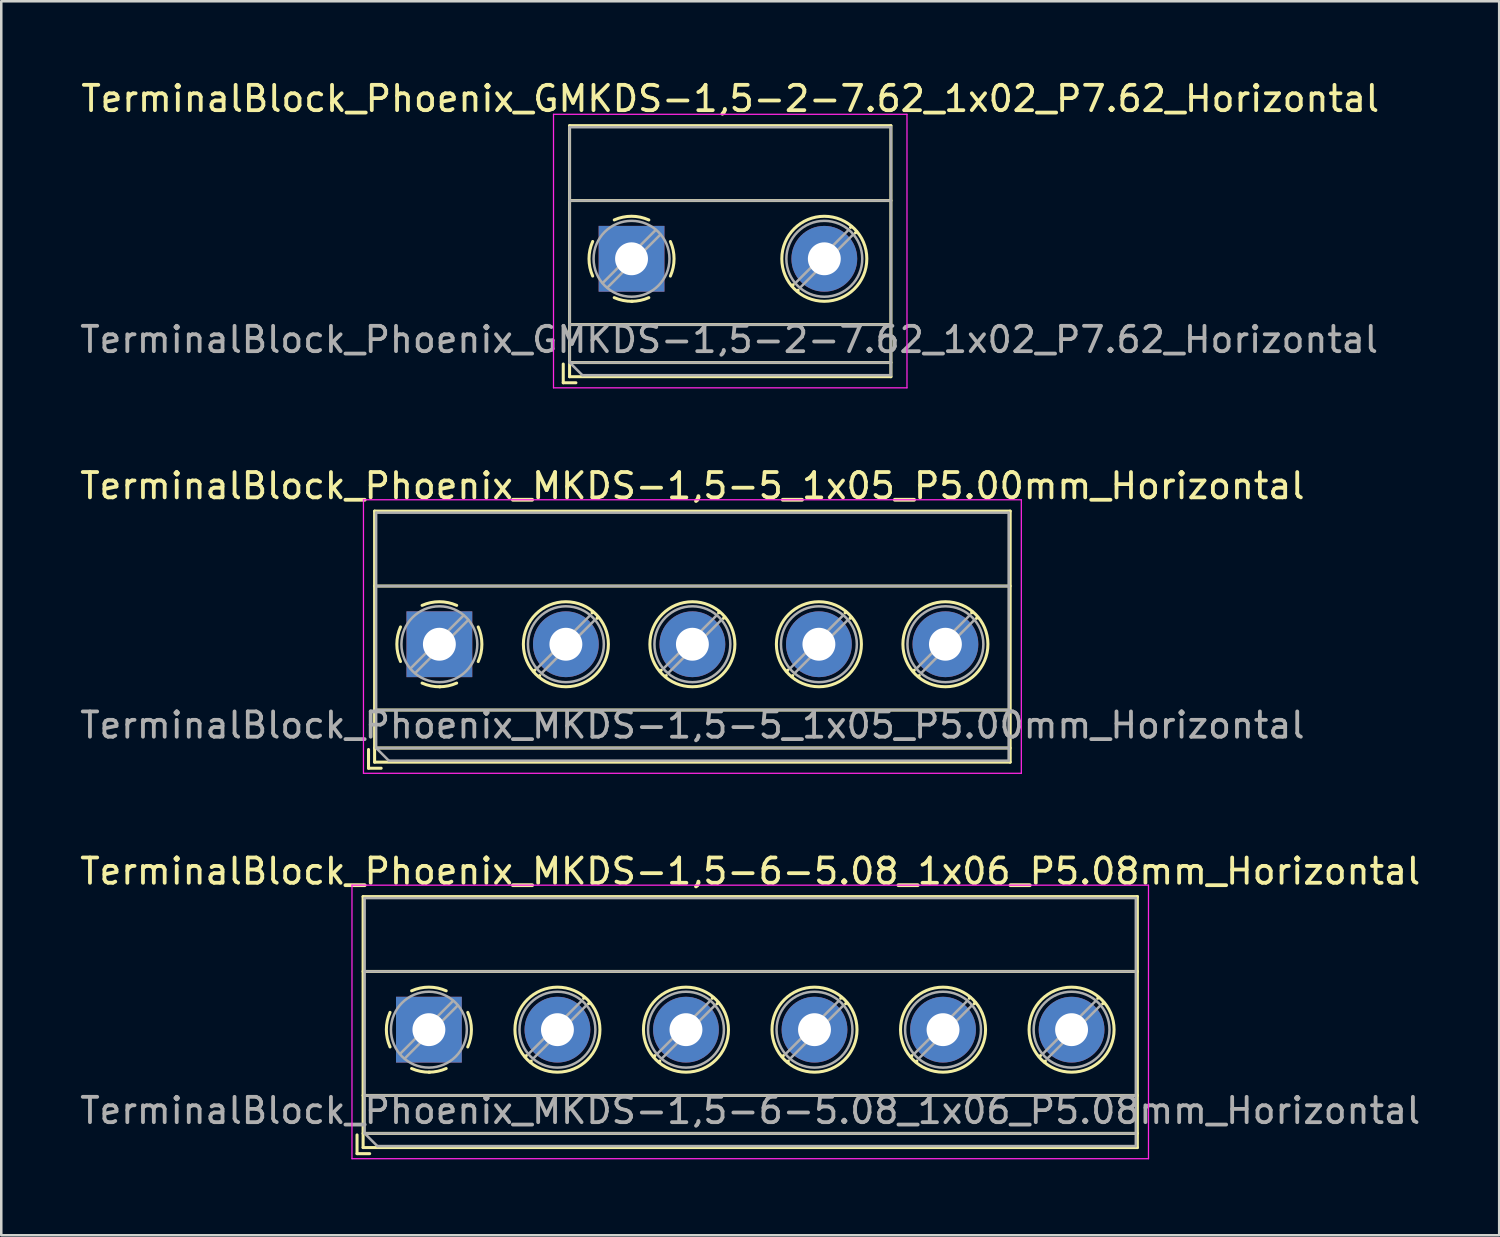
<source format=kicad_pcb>
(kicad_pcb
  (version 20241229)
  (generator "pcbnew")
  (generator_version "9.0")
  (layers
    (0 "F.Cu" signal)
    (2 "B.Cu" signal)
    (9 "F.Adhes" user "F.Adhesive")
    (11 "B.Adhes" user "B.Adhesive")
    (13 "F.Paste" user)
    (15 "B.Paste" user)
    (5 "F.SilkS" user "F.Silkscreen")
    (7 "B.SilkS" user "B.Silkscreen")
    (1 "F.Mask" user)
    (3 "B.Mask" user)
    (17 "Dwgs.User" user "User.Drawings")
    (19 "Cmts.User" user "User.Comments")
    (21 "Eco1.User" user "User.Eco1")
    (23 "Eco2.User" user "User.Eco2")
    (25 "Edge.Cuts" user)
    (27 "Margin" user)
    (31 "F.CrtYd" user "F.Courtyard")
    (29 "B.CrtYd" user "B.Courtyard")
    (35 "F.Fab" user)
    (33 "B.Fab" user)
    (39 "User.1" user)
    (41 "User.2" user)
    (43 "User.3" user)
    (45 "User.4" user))
  (footprint "TerminalBlock_Phoenix_MKDS-1,5-6-5.08_1x06_P5.08mm_Horizontal"
    (layer "F.Cu")
    (at 13.901 37.645)
    (property "Reference" "TerminalBlock_Phoenix_MKDS-1,5-6-5.08_1x06_P5.08mm_Horizontal" (at 12.7 -6.26 0) (layer "F.SilkS") (effects (font (size 1 1) (thickness 0.15))))
    (attr through_hole)
    (fp_line (start -2.84 4.16) (end -2.84 4.9) (stroke (width 0.12) (type solid)) (layer "F.SilkS"))
    (fp_line (start -2.84 4.9) (end -2.34 4.9) (stroke (width 0.12) (type solid)) (layer "F.SilkS"))
    (fp_line (start -2.6 -5.261) (end -2.6 4.66) (stroke (width 0.12) (type solid)) (layer "F.SilkS"))
    (fp_line (start -2.6 -5.261) (end 28 -5.261) (stroke (width 0.12) (type solid)) (layer "F.SilkS"))
    (fp_line (start -2.6 -2.301) (end 28 -2.301) (stroke (width 0.12) (type solid)) (layer "F.SilkS"))
    (fp_line (start -2.6 2.6) (end 28 2.6) (stroke (width 0.12) (type solid)) (layer "F.SilkS"))
    (fp_line (start -2.6 4.1) (end 28 4.1) (stroke (width 0.12) (type solid)) (layer "F.SilkS"))
    (fp_line (start -2.6 4.66) (end 28 4.66) (stroke (width 0.12) (type solid)) (layer "F.SilkS"))
    (fp_line (start 3.853 1.023) (end 3.806 1.069) (stroke (width 0.12) (type solid)) (layer "F.SilkS"))
    (fp_line (start 4.046 1.239) (end 4.011 1.274) (stroke (width 0.12) (type solid)) (layer "F.SilkS"))
    (fp_line (start 6.15 -1.275) (end 6.115 -1.239) (stroke (width 0.12) (type solid)) (layer "F.SilkS"))
    (fp_line (start 6.355 -1.069) (end 6.308 -1.023) (stroke (width 0.12) (type solid)) (layer "F.SilkS"))
    (fp_line (start 8.933 1.023) (end 8.886 1.069) (stroke (width 0.12) (type solid)) (layer "F.SilkS"))
    (fp_line (start 9.126 1.239) (end 9.091 1.274) (stroke (width 0.12) (type solid)) (layer "F.SilkS"))
    (fp_line (start 11.23 -1.275) (end 11.195 -1.239) (stroke (width 0.12) (type solid)) (layer "F.SilkS"))
    (fp_line (start 11.435 -1.069) (end 11.388 -1.023) (stroke (width 0.12) (type solid)) (layer "F.SilkS"))
    (fp_line (start 14.013 1.023) (end 13.966 1.069) (stroke (width 0.12) (type solid)) (layer "F.SilkS"))
    (fp_line (start 14.206 1.239) (end 14.171 1.274) (stroke (width 0.12) (type solid)) (layer "F.SilkS"))
    (fp_line (start 16.31 -1.275) (end 16.275 -1.239) (stroke (width 0.12) (type solid)) (layer "F.SilkS"))
    (fp_line (start 16.515 -1.069) (end 16.468 -1.023) (stroke (width 0.12) (type solid)) (layer "F.SilkS"))
    (fp_line (start 19.093 1.023) (end 19.046 1.069) (stroke (width 0.12) (type solid)) (layer "F.SilkS"))
    (fp_line (start 19.286 1.239) (end 19.251 1.274) (stroke (width 0.12) (type solid)) (layer "F.SilkS"))
    (fp_line (start 21.39 -1.275) (end 21.355 -1.239) (stroke (width 0.12) (type solid)) (layer "F.SilkS"))
    (fp_line (start 21.595 -1.069) (end 21.548 -1.023) (stroke (width 0.12) (type solid)) (layer "F.SilkS"))
    (fp_line (start 24.173 1.023) (end 24.126 1.069) (stroke (width 0.12) (type solid)) (layer "F.SilkS"))
    (fp_line (start 24.366 1.239) (end 24.331 1.274) (stroke (width 0.12) (type solid)) (layer "F.SilkS"))
    (fp_line (start 26.47 -1.275) (end 26.435 -1.239) (stroke (width 0.12) (type solid)) (layer "F.SilkS"))
    (fp_line (start 26.675 -1.069) (end 26.628 -1.023) (stroke (width 0.12) (type solid)) (layer "F.SilkS"))
    (fp_line (start 28 -5.261) (end 28 4.66) (stroke (width 0.12) (type solid)) (layer "F.SilkS"))
    (fp_arc (start -1.535427 0.683042) (mid -1.680501 -0.000524) (end -1.535 -0.684) (stroke (width 0.12) (type solid)) (layer "F.SilkS"))
    (fp_arc (start -0.683042 -1.535427) (mid 0.000524 -1.680501) (end 0.684 -1.535) (stroke (width 0.12) (type solid)) (layer "F.SilkS"))
    (fp_arc (start 0.028805 1.680253) (mid -0.335551 1.646659) (end -0.684 1.535) (stroke (width 0.12) (type solid)) (layer "F.SilkS"))
    (fp_arc (start 0.683318 1.534756) (mid 0.349292 1.643288) (end 0 1.68) (stroke (width 0.12) (type solid)) (layer "F.SilkS"))
    (fp_arc (start 1.535427 -0.683042) (mid 1.680501 0.000524) (end 1.535 0.684) (stroke (width 0.12) (type solid)) (layer "F.SilkS"))
    (fp_circle (center 5.08 0) (end 6.76 0) (stroke (width 0.12) (type solid)) (fill no) (layer "F.SilkS"))
    (fp_circle (center 10.16 0) (end 11.84 0) (stroke (width 0.12) (type solid)) (fill no) (layer "F.SilkS"))
    (fp_circle (center 15.24 0) (end 16.92 0) (stroke (width 0.12) (type solid)) (fill no) (layer "F.SilkS"))
    (fp_circle (center 20.32 0) (end 22 0) (stroke (width 0.12) (type solid)) (fill no) (layer "F.SilkS"))
    (fp_circle (center 25.4 0) (end 27.08 0) (stroke (width 0.12) (type solid)) (fill no) (layer "F.SilkS"))
    (fp_line (start -3.04 -5.71) (end -3.04 5.1) (stroke (width 0.05) (type solid)) (layer "F.CrtYd"))
    (fp_line (start -3.04 5.1) (end 28.44 5.1) (stroke (width 0.05) (type solid)) (layer "F.CrtYd"))
    (fp_line (start 28.44 -5.71) (end -3.04 -5.71) (stroke (width 0.05) (type solid)) (layer "F.CrtYd"))
    (fp_line (start 28.44 5.1) (end 28.44 -5.71) (stroke (width 0.05) (type solid)) (layer "F.CrtYd"))
    (fp_line (start -2.54 -5.2) (end 27.94 -5.2) (stroke (width 0.1) (type solid)) (layer "F.Fab"))
    (fp_line (start -2.54 -2.3) (end 27.94 -2.3) (stroke (width 0.1) (type solid)) (layer "F.Fab"))
    (fp_line (start -2.54 2.6) (end 27.94 2.6) (stroke (width 0.1) (type solid)) (layer "F.Fab"))
    (fp_line (start -2.54 4.1) (end -2.54 -5.2) (stroke (width 0.1) (type solid)) (layer "F.Fab"))
    (fp_line (start -2.54 4.1) (end 27.94 4.1) (stroke (width 0.1) (type solid)) (layer "F.Fab"))
    (fp_line (start -2.04 4.6) (end -2.54 4.1) (stroke (width 0.1) (type solid)) (layer "F.Fab"))
    (fp_line (start 0.955 -1.138) (end -1.138 0.955) (stroke (width 0.1) (type solid)) (layer "F.Fab"))
    (fp_line (start 1.138 -0.955) (end -0.955 1.138) (stroke (width 0.1) (type solid)) (layer "F.Fab"))
    (fp_line (start 6.035 -1.138) (end 3.943 0.955) (stroke (width 0.1) (type solid)) (layer "F.Fab"))
    (fp_line (start 6.218 -0.955) (end 4.126 1.138) (stroke (width 0.1) (type solid)) (layer "F.Fab"))
    (fp_line (start 11.115 -1.138) (end 9.023 0.955) (stroke (width 0.1) (type solid)) (layer "F.Fab"))
    (fp_line (start 11.298 -0.955) (end 9.206 1.138) (stroke (width 0.1) (type solid)) (layer "F.Fab"))
    (fp_line (start 16.195 -1.138) (end 14.103 0.955) (stroke (width 0.1) (type solid)) (layer "F.Fab"))
    (fp_line (start 16.378 -0.955) (end 14.286 1.138) (stroke (width 0.1) (type solid)) (layer "F.Fab"))
    (fp_line (start 21.275 -1.138) (end 19.183 0.955) (stroke (width 0.1) (type solid)) (layer "F.Fab"))
    (fp_line (start 21.458 -0.955) (end 19.366 1.138) (stroke (width 0.1) (type solid)) (layer "F.Fab"))
    (fp_line (start 26.355 -1.138) (end 24.263 0.955) (stroke (width 0.1) (type solid)) (layer "F.Fab"))
    (fp_line (start 26.538 -0.955) (end 24.446 1.138) (stroke (width 0.1) (type solid)) (layer "F.Fab"))
    (fp_line (start 27.94 -5.2) (end 27.94 4.6) (stroke (width 0.1) (type solid)) (layer "F.Fab"))
    (fp_line (start 27.94 4.6) (end -2.04 4.6) (stroke (width 0.1) (type solid)) (layer "F.Fab"))
    (fp_circle (center 0 0) (end 1.5 0) (stroke (width 0.1) (type solid)) (fill no) (layer "F.Fab"))
    (fp_circle (center 5.08 0) (end 6.58 0) (stroke (width 0.1) (type solid)) (fill no) (layer "F.Fab"))
    (fp_circle (center 10.16 0) (end 11.66 0) (stroke (width 0.1) (type solid)) (fill no) (layer "F.Fab"))
    (fp_circle (center 15.24 0) (end 16.74 0) (stroke (width 0.1) (type solid)) (fill no) (layer "F.Fab"))
    (fp_circle (center 20.32 0) (end 21.82 0) (stroke (width 0.1) (type solid)) (fill no) (layer "F.Fab"))
    (fp_circle (center 25.4 0) (end 26.9 0) (stroke (width 0.1) (type solid)) (fill no) (layer "F.Fab"))
    (fp_text user "${REFERENCE}" (at 12.7 3.2 0) (layer "F.Fab") (effects (font (size 1 1) (thickness 0.15))))
    (pad "1" thru_hole rect (at 0 0) (size 2.6 2.6) (drill 1.3) (layers "*.Cu" "*.Mask"))
    (pad "2" thru_hole circle (at 5.08 0) (size 2.6 2.6) (drill 1.3) (layers "*.Cu" "*.Mask"))
    (pad "3" thru_hole circle (at 10.16 0) (size 2.6 2.6) (drill 1.3) (layers "*.Cu" "*.Mask"))
    (pad "4" thru_hole circle (at 15.24 0) (size 2.6 2.6) (drill 1.3) (layers "*.Cu" "*.Mask"))
    (pad "5" thru_hole circle (at 20.32 0) (size 2.6 2.6) (drill 1.3) (layers "*.Cu" "*.Mask"))
    (pad "6" thru_hole circle (at 25.4 0) (size 2.6 2.6) (drill 1.3) (layers "*.Cu" "*.Mask")))
  (footprint "TerminalBlock_Phoenix_GMKDS-1,5-2-7.62_1x02_P7.62_Horizontal"
    (layer "F.Cu")
    (at 21.958 7.198)
    (property "Reference" "TerminalBlock_Phoenix_GMKDS-1,5-2-7.62_1x02_P7.62_Horizontal" (at 3.853 -6.35 0) (unlocked yes) (layer "F.SilkS") (effects (font (size 1 1) (thickness 0.15))))
    (attr through_hole)
    (fp_line (start -2.747 4.14) (end -2.747 4.88) (stroke (width 0.12) (type solid)) (layer "F.SilkS"))
    (fp_line (start -2.747 4.88) (end -2.247 4.88) (stroke (width 0.12) (type solid)) (layer "F.SilkS"))
    (fp_line (start -2.497 -5.281) (end -2.497 4.64) (stroke (width 0.12) (type solid)) (layer "F.SilkS"))
    (fp_line (start -2.497 -5.281) (end 10.203 -5.281) (stroke (width 0.12) (type solid)) (layer "F.SilkS"))
    (fp_line (start -2.497 -2.321) (end 10.203 -2.321) (stroke (width 0.12) (type solid)) (layer "F.SilkS"))
    (fp_line (start -2.497 2.58) (end 10.203 2.58) (stroke (width 0.12) (type solid)) (layer "F.SilkS"))
    (fp_line (start -2.497 4.08) (end 10.203 4.08) (stroke (width 0.12) (type solid)) (layer "F.SilkS"))
    (fp_line (start -2.497 4.64) (end 10.203 4.64) (stroke (width 0.12) (type solid)) (layer "F.SilkS"))
    (fp_line (start 6.344 1.003) (end 6.297 1.049) (stroke (width 0.12) (type solid)) (layer "F.SilkS"))
    (fp_line (start 6.537 1.219) (end 6.502 1.254) (stroke (width 0.12) (type solid)) (layer "F.SilkS"))
    (fp_line (start 8.641 -1.295) (end 8.606 -1.259) (stroke (width 0.12) (type solid)) (layer "F.SilkS"))
    (fp_line (start 8.846 -1.089) (end 8.799 -1.043) (stroke (width 0.12) (type solid)) (layer "F.SilkS"))
    (fp_line (start 10.203 -5.281) (end 10.203 4.64) (stroke (width 0.12) (type solid)) (layer "F.SilkS"))
    (fp_arc (start -1.583745 0.663042) (mid -1.728819 -0.020524) (end -1.583318 -0.704) (stroke (width 0.12) (type solid)) (layer "F.SilkS"))
    (fp_arc (start -0.73136 -1.555427) (mid -0.047794 -1.700501) (end 0.635682 -1.555) (stroke (width 0.12) (type solid)) (layer "F.SilkS"))
    (fp_arc (start -0.019513 1.660253) (mid -0.383869 1.626659) (end -0.732318 1.515) (stroke (width 0.12) (type solid)) (layer "F.SilkS"))
    (fp_arc (start 0.635 1.514756) (mid 0.300974 1.623288) (end -0.048318 1.66) (stroke (width 0.12) (type solid)) (layer "F.SilkS"))
    (fp_arc (start 1.487109 -0.703042) (mid 1.632183 -0.019476) (end 1.486682 0.664) (stroke (width 0.12) (type solid)) (layer "F.SilkS"))
    (fp_circle (center 7.571 -0.02) (end 9.251 -0.02) (stroke (width 0.12) (type solid)) (fill no) (layer "F.SilkS"))
    (fp_line (start -3.132 -5.73) (end -3.132 5.08) (stroke (width 0.05) (type solid)) (layer "F.CrtYd"))
    (fp_line (start -3.132 5.08) (end 10.838 5.08) (stroke (width 0.05) (type solid)) (layer "F.CrtYd"))
    (fp_line (start 10.838 -5.73) (end -3.132 -5.73) (stroke (width 0.05) (type solid)) (layer "F.CrtYd"))
    (fp_line (start 10.838 5.08) (end 10.838 -5.73) (stroke (width 0.05) (type solid)) (layer "F.CrtYd"))
    (fp_line (start -2.497 -5.22) (end 10.203 -5.22) (stroke (width 0.1) (type solid)) (layer "F.Fab"))
    (fp_line (start -2.497 -2.32) (end 10.203 -2.32) (stroke (width 0.1) (type solid)) (layer "F.Fab"))
    (fp_line (start -2.497 2.58) (end 10.203 2.58) (stroke (width 0.1) (type solid)) (layer "F.Fab"))
    (fp_line (start -2.497 4.08) (end -2.497 -5.22) (stroke (width 0.1) (type solid)) (layer "F.Fab"))
    (fp_line (start -2.493 4.08) (end 10.203 4.08) (stroke (width 0.1) (type solid)) (layer "F.Fab"))
    (fp_line (start -1.993 4.58) (end -2.493 4.08) (stroke (width 0.1) (type solid)) (layer "F.Fab"))
    (fp_line (start 0.907 -1.158) (end -1.186 0.935) (stroke (width 0.1) (type solid)) (layer "F.Fab"))
    (fp_line (start 1.09 -0.975) (end -1.003 1.118) (stroke (width 0.1) (type solid)) (layer "F.Fab"))
    (fp_line (start 8.526 -1.158) (end 6.434 0.935) (stroke (width 0.1) (type solid)) (layer "F.Fab"))
    (fp_line (start 8.709 -0.975) (end 6.617 1.118) (stroke (width 0.1) (type solid)) (layer "F.Fab"))
    (fp_line (start 10.203 -5.22) (end 10.203 4.58) (stroke (width 0.1) (type solid)) (layer "F.Fab"))
    (fp_line (start 10.203 4.58) (end -1.993 4.58) (stroke (width 0.1) (type solid)) (layer "F.Fab"))
    (fp_circle (center -0.048 -0.02) (end 1.452 -0.02) (stroke (width 0.1) (type solid)) (fill no) (layer "F.Fab"))
    (fp_circle (center 7.571 -0.02) (end 9.071 -0.02) (stroke (width 0.1) (type solid)) (fill no) (layer "F.Fab"))
    (fp_text user "${REFERENCE}" (at 3.81 3.175 0) (layer "F.Fab") (effects (font (size 1 1) (thickness 0.15))))
    (pad "1" thru_hole rect (at -0.048 -0.02) (size 2.6 2.6) (drill 1.3) (layers "*.Cu" "*.Mask"))
    (pad "2" thru_hole circle (at 7.571 -0.02) (size 2.6 2.6) (drill 1.3) (layers "*.Cu" "*.Mask")))
  (footprint "TerminalBlock_Phoenix_MKDS-1,5-5_1x05_P5.00mm_Horizontal"
    (layer "F.Cu")
    (at 14.315 22.412)
    (property "Reference" "TerminalBlock_Phoenix_MKDS-1,5-5_1x05_P5.00mm_Horizontal" (at 10 -6.26 0) (layer "F.SilkS") (effects (font (size 1 1) (thickness 0.15))))
    (attr through_hole)
    (fp_line (start -2.8 4.16) (end -2.8 4.9) (stroke (width 0.12) (type solid)) (layer "F.SilkS"))
    (fp_line (start -2.8 4.9) (end -2.3 4.9) (stroke (width 0.12) (type solid)) (layer "F.SilkS"))
    (fp_line (start -2.56 -5.261) (end -2.56 4.66) (stroke (width 0.12) (type solid)) (layer "F.SilkS"))
    (fp_line (start -2.56 -5.261) (end 22.56 -5.261) (stroke (width 0.12) (type solid)) (layer "F.SilkS"))
    (fp_line (start -2.56 -2.301) (end 22.56 -2.301) (stroke (width 0.12) (type solid)) (layer "F.SilkS"))
    (fp_line (start -2.56 2.6) (end 22.56 2.6) (stroke (width 0.12) (type solid)) (layer "F.SilkS"))
    (fp_line (start -2.56 4.1) (end 22.56 4.1) (stroke (width 0.12) (type solid)) (layer "F.SilkS"))
    (fp_line (start -2.56 4.66) (end 22.56 4.66) (stroke (width 0.12) (type solid)) (layer "F.SilkS"))
    (fp_line (start 3.773 1.023) (end 3.726 1.069) (stroke (width 0.12) (type solid)) (layer "F.SilkS"))
    (fp_line (start 3.966 1.239) (end 3.931 1.274) (stroke (width 0.12) (type solid)) (layer "F.SilkS"))
    (fp_line (start 6.07 -1.275) (end 6.035 -1.239) (stroke (width 0.12) (type solid)) (layer "F.SilkS"))
    (fp_line (start 6.275 -1.069) (end 6.228 -1.023) (stroke (width 0.12) (type solid)) (layer "F.SilkS"))
    (fp_line (start 8.773 1.023) (end 8.726 1.069) (stroke (width 0.12) (type solid)) (layer "F.SilkS"))
    (fp_line (start 8.966 1.239) (end 8.931 1.274) (stroke (width 0.12) (type solid)) (layer "F.SilkS"))
    (fp_line (start 11.07 -1.275) (end 11.035 -1.239) (stroke (width 0.12) (type solid)) (layer "F.SilkS"))
    (fp_line (start 11.275 -1.069) (end 11.228 -1.023) (stroke (width 0.12) (type solid)) (layer "F.SilkS"))
    (fp_line (start 13.773 1.023) (end 13.726 1.069) (stroke (width 0.12) (type solid)) (layer "F.SilkS"))
    (fp_line (start 13.966 1.239) (end 13.931 1.274) (stroke (width 0.12) (type solid)) (layer "F.SilkS"))
    (fp_line (start 16.07 -1.275) (end 16.035 -1.239) (stroke (width 0.12) (type solid)) (layer "F.SilkS"))
    (fp_line (start 16.275 -1.069) (end 16.228 -1.023) (stroke (width 0.12) (type solid)) (layer "F.SilkS"))
    (fp_line (start 18.773 1.023) (end 18.726 1.069) (stroke (width 0.12) (type solid)) (layer "F.SilkS"))
    (fp_line (start 18.966 1.239) (end 18.931 1.274) (stroke (width 0.12) (type solid)) (layer "F.SilkS"))
    (fp_line (start 21.07 -1.275) (end 21.035 -1.239) (stroke (width 0.12) (type solid)) (layer "F.SilkS"))
    (fp_line (start 21.275 -1.069) (end 21.228 -1.023) (stroke (width 0.12) (type solid)) (layer "F.SilkS"))
    (fp_line (start 22.56 -5.261) (end 22.56 4.66) (stroke (width 0.12) (type solid)) (layer "F.SilkS"))
    (fp_arc (start -1.535427 0.683042) (mid -1.680501 -0.000524) (end -1.535 -0.684) (stroke (width 0.12) (type solid)) (layer "F.SilkS"))
    (fp_arc (start -0.683042 -1.535427) (mid 0.000524 -1.680501) (end 0.684 -1.535) (stroke (width 0.12) (type solid)) (layer "F.SilkS"))
    (fp_arc (start 0.028805 1.680253) (mid -0.335551 1.646659) (end -0.684 1.535) (stroke (width 0.12) (type solid)) (layer "F.SilkS"))
    (fp_arc (start 0.683318 1.534756) (mid 0.349292 1.643288) (end 0 1.68) (stroke (width 0.12) (type solid)) (layer "F.SilkS"))
    (fp_arc (start 1.535427 -0.683042) (mid 1.680501 0.000524) (end 1.535 0.684) (stroke (width 0.12) (type solid)) (layer "F.SilkS"))
    (fp_circle (center 5 0) (end 6.68 0) (stroke (width 0.12) (type solid)) (fill no) (layer "F.SilkS"))
    (fp_circle (center 10 0) (end 11.68 0) (stroke (width 0.12) (type solid)) (fill no) (layer "F.SilkS"))
    (fp_circle (center 15 0) (end 16.68 0) (stroke (width 0.12) (type solid)) (fill no) (layer "F.SilkS"))
    (fp_circle (center 20 0) (end 21.68 0) (stroke (width 0.12) (type solid)) (fill no) (layer "F.SilkS"))
    (fp_line (start -3 -5.71) (end -3 5.1) (stroke (width 0.05) (type solid)) (layer "F.CrtYd"))
    (fp_line (start -3 5.1) (end 23 5.1) (stroke (width 0.05) (type solid)) (layer "F.CrtYd"))
    (fp_line (start 23 -5.71) (end -3 -5.71) (stroke (width 0.05) (type solid)) (layer "F.CrtYd"))
    (fp_line (start 23 5.1) (end 23 -5.71) (stroke (width 0.05) (type solid)) (layer "F.CrtYd"))
    (fp_line (start -2.5 -5.2) (end 22.5 -5.2) (stroke (width 0.1) (type solid)) (layer "F.Fab"))
    (fp_line (start -2.5 -2.3) (end 22.5 -2.3) (stroke (width 0.1) (type solid)) (layer "F.Fab"))
    (fp_line (start -2.5 2.6) (end 22.5 2.6) (stroke (width 0.1) (type solid)) (layer "F.Fab"))
    (fp_line (start -2.5 4.1) (end -2.5 -5.2) (stroke (width 0.1) (type solid)) (layer "F.Fab"))
    (fp_line (start -2.5 4.1) (end 22.5 4.1) (stroke (width 0.1) (type solid)) (layer "F.Fab"))
    (fp_line (start -2 4.6) (end -2.5 4.1) (stroke (width 0.1) (type solid)) (layer "F.Fab"))
    (fp_line (start 0.955 -1.138) (end -1.138 0.955) (stroke (width 0.1) (type solid)) (layer "F.Fab"))
    (fp_line (start 1.138 -0.955) (end -0.955 1.138) (stroke (width 0.1) (type solid)) (layer "F.Fab"))
    (fp_line (start 5.955 -1.138) (end 3.863 0.955) (stroke (width 0.1) (type solid)) (layer "F.Fab"))
    (fp_line (start 6.138 -0.955) (end 4.046 1.138) (stroke (width 0.1) (type solid)) (layer "F.Fab"))
    (fp_line (start 10.955 -1.138) (end 8.863 0.955) (stroke (width 0.1) (type solid)) (layer "F.Fab"))
    (fp_line (start 11.138 -0.955) (end 9.046 1.138) (stroke (width 0.1) (type solid)) (layer "F.Fab"))
    (fp_line (start 15.955 -1.138) (end 13.863 0.955) (stroke (width 0.1) (type solid)) (layer "F.Fab"))
    (fp_line (start 16.138 -0.955) (end 14.046 1.138) (stroke (width 0.1) (type solid)) (layer "F.Fab"))
    (fp_line (start 20.955 -1.138) (end 18.863 0.955) (stroke (width 0.1) (type solid)) (layer "F.Fab"))
    (fp_line (start 21.138 -0.955) (end 19.046 1.138) (stroke (width 0.1) (type solid)) (layer "F.Fab"))
    (fp_line (start 22.5 -5.2) (end 22.5 4.6) (stroke (width 0.1) (type solid)) (layer "F.Fab"))
    (fp_line (start 22.5 4.6) (end -2 4.6) (stroke (width 0.1) (type solid)) (layer "F.Fab"))
    (fp_circle (center 0 0) (end 1.5 0) (stroke (width 0.1) (type solid)) (fill no) (layer "F.Fab"))
    (fp_circle (center 5 0) (end 6.5 0) (stroke (width 0.1) (type solid)) (fill no) (layer "F.Fab"))
    (fp_circle (center 10 0) (end 11.5 0) (stroke (width 0.1) (type solid)) (fill no) (layer "F.Fab"))
    (fp_circle (center 15 0) (end 16.5 0) (stroke (width 0.1) (type solid)) (fill no) (layer "F.Fab"))
    (fp_circle (center 20 0) (end 21.5 0) (stroke (width 0.1) (type solid)) (fill no) (layer "F.Fab"))
    (fp_text user "${REFERENCE}" (at 10 3.2 0) (layer "F.Fab") (effects (font (size 1 1) (thickness 0.15))))
    (pad "1" thru_hole rect (at 0 0) (size 2.6 2.6) (drill 1.3) (layers "*.Cu" "*.Mask"))
    (pad "2" thru_hole circle (at 5 0) (size 2.6 2.6) (drill 1.3) (layers "*.Cu" "*.Mask"))
    (pad "3" thru_hole circle (at 10 0) (size 2.6 2.6) (drill 1.3) (layers "*.Cu" "*.Mask"))
    (pad "4" thru_hole circle (at 15 0) (size 2.6 2.6) (drill 1.3) (layers "*.Cu" "*.Mask"))
    (pad "5" thru_hole circle (at 20 0) (size 2.6 2.6) (drill 1.3) (layers "*.Cu" "*.Mask")))
  (gr_rect
    (start -3 -3)
    (end 56.202 45.77)
    (stroke (width 0.1) (type default))
    (fill no)
    (layer "Edge.Cuts")))
</source>
